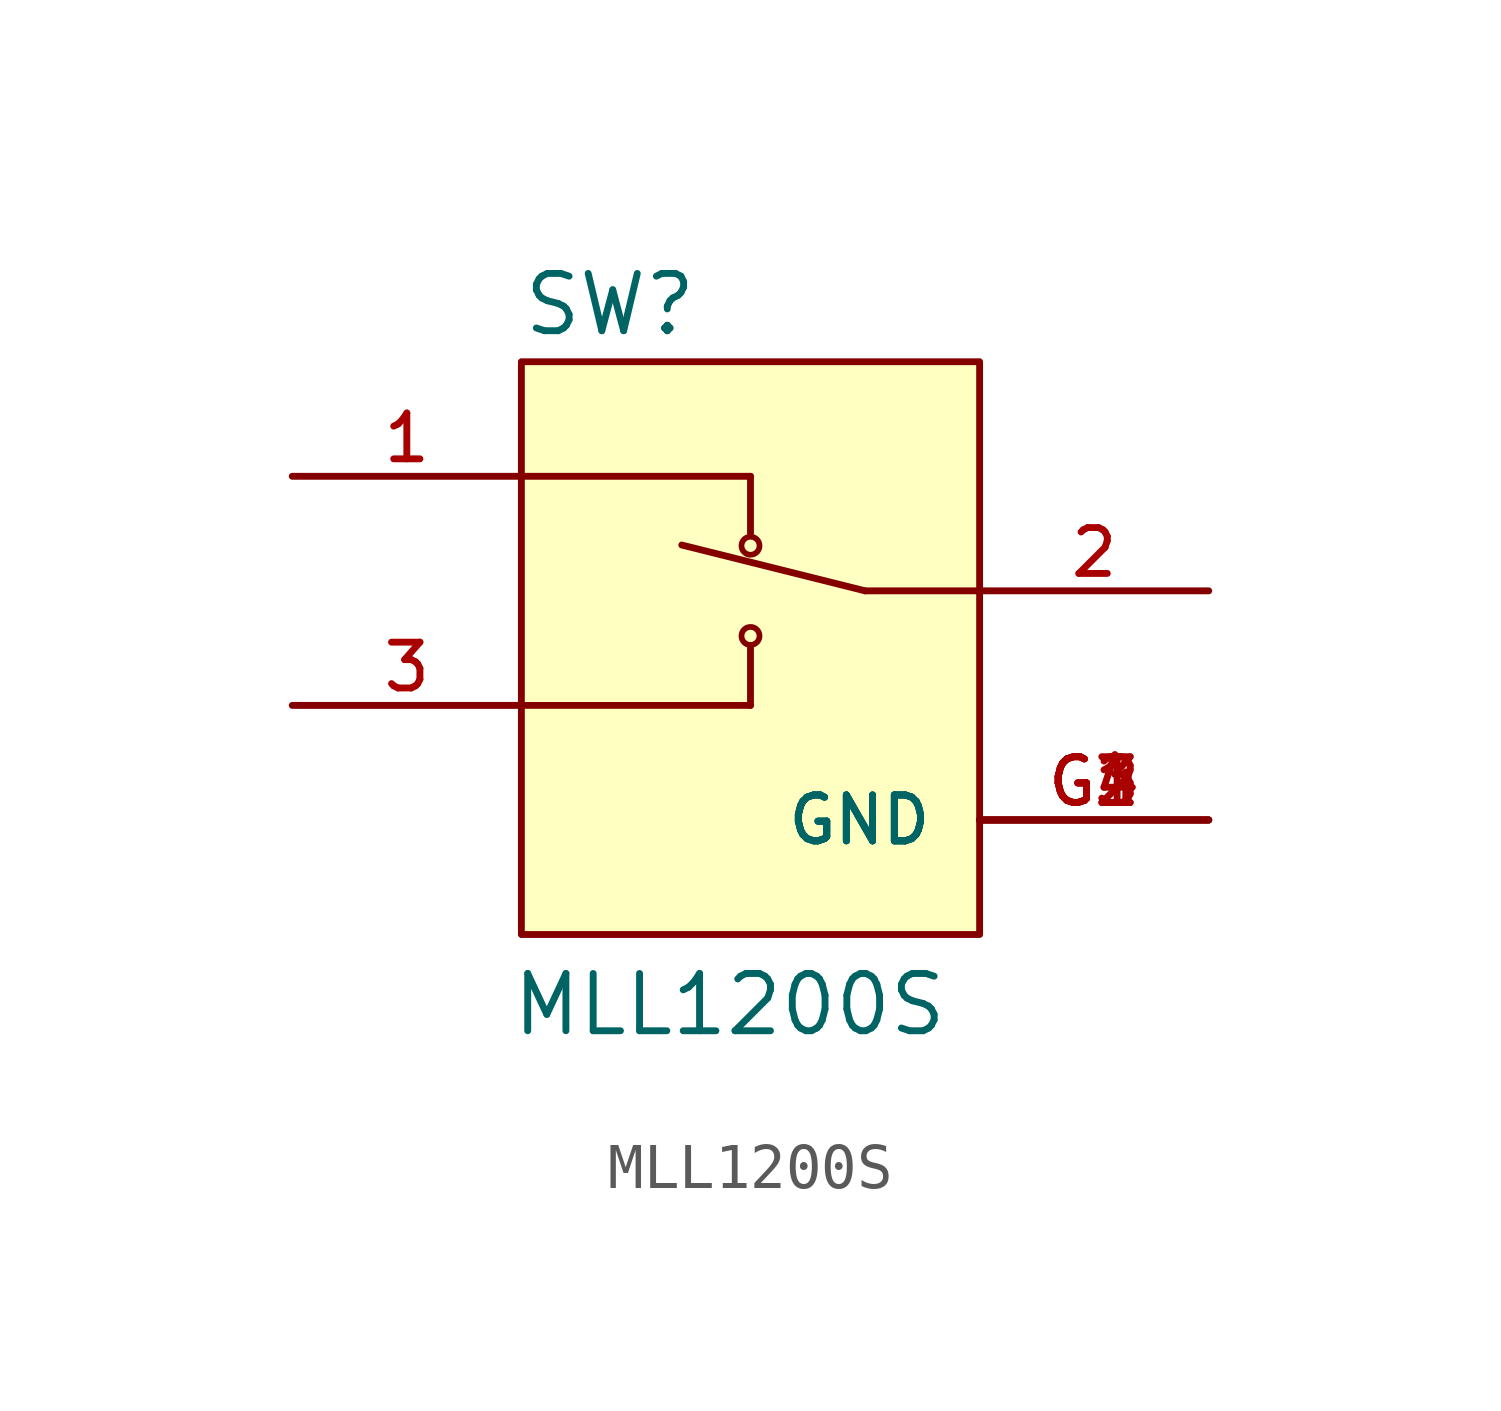
<source format=kicad_sym>
(kicad_symbol_lib
  (version 20211014)
  (generator kicad_symbol_editor)
  (symbol "MLL1200S"
    (pin_names
      (offset 1.016))
    (property "Reference" "SW"
      (at -5.09 8.144 0)
      (effects (font (size 1.27 1.27)) (justify bottom left)))
    (property "Value" "MLL1200S"
      (at -5.342 -7.377 0)
      (effects (font (size 1.27 1.27)) (justify bottom left)))
    (symbol "MLL1200S_0_0"
      (polyline (pts (xy -5.08 5.08) (xy 0.0 5.08)) (stroke (width 0.152)))
      (polyline (pts (xy -5.08 0.0) (xy 0.0 0.0)) (stroke (width 0.152)))
      (polyline (pts (xy 0.0 5.08) (xy 0.0 3.81)) (stroke (width 0.152)))
      (polyline (pts (xy 0.0 0.0) (xy 0.0 1.27)) (stroke (width 0.152)))
      (polyline (pts (xy 5.08 2.54) (xy 2.54 2.54)) (stroke (width 0.152)))
      (polyline (pts (xy 2.54 2.54) (xy -1.524 3.556)) (stroke (width 0.152)))
      (circle (center 0.0 1.54) (radius 0.2) (stroke (width 0.127)) (fill (type none)))
      (circle (center 0.0 3.54) (radius 0.2) (stroke (width 0.127)) (fill (type none)))
      (rectangle (start -5.08 -5.08) (end 5.08 7.62) (stroke (width 0.152)) (fill (type background)))
      (pin passive line (at -10.16 5.08 0) (length 5.08) (name "~" (effects (font (size 1.016 1.016)))) (number "1" (effects (font (size 1.016 1.016)))))
      (pin passive line (at 10.16 2.54 180.0) (length 5.08) (name "~" (effects (font (size 1.016 1.016)))) (number "2" (effects (font (size 1.016 1.016)))))
      (pin passive line (at -10.16 0.0 0) (length 5.08) (name "~" (effects (font (size 1.016 1.016)))) (number "3" (effects (font (size 1.016 1.016)))))
      (pin power_in line (at 10.16 -2.54 180.0) (length 5.08) (name "GND" (effects (font (size 1.016 1.016)))) (number "G1" (effects (font (size 1.016 1.016)))))
      (pin power_in line (at 10.16 -2.54 180.0) (length 5.08) (name "GND" (effects (font (size 1.016 1.016)))) (number "G2" (effects (font (size 1.016 1.016)))))
      (pin power_in line (at 10.16 -2.54 180.0) (length 5.08) (name "GND" (effects (font (size 1.016 1.016)))) (number "G3" (effects (font (size 1.016 1.016)))))
      (pin power_in line (at 10.16 -2.54 180.0) (length 5.08) (name "GND" (effects (font (size 1.016 1.016)))) (number "G4" (effects (font (size 1.016 1.016))))))))
</source>
